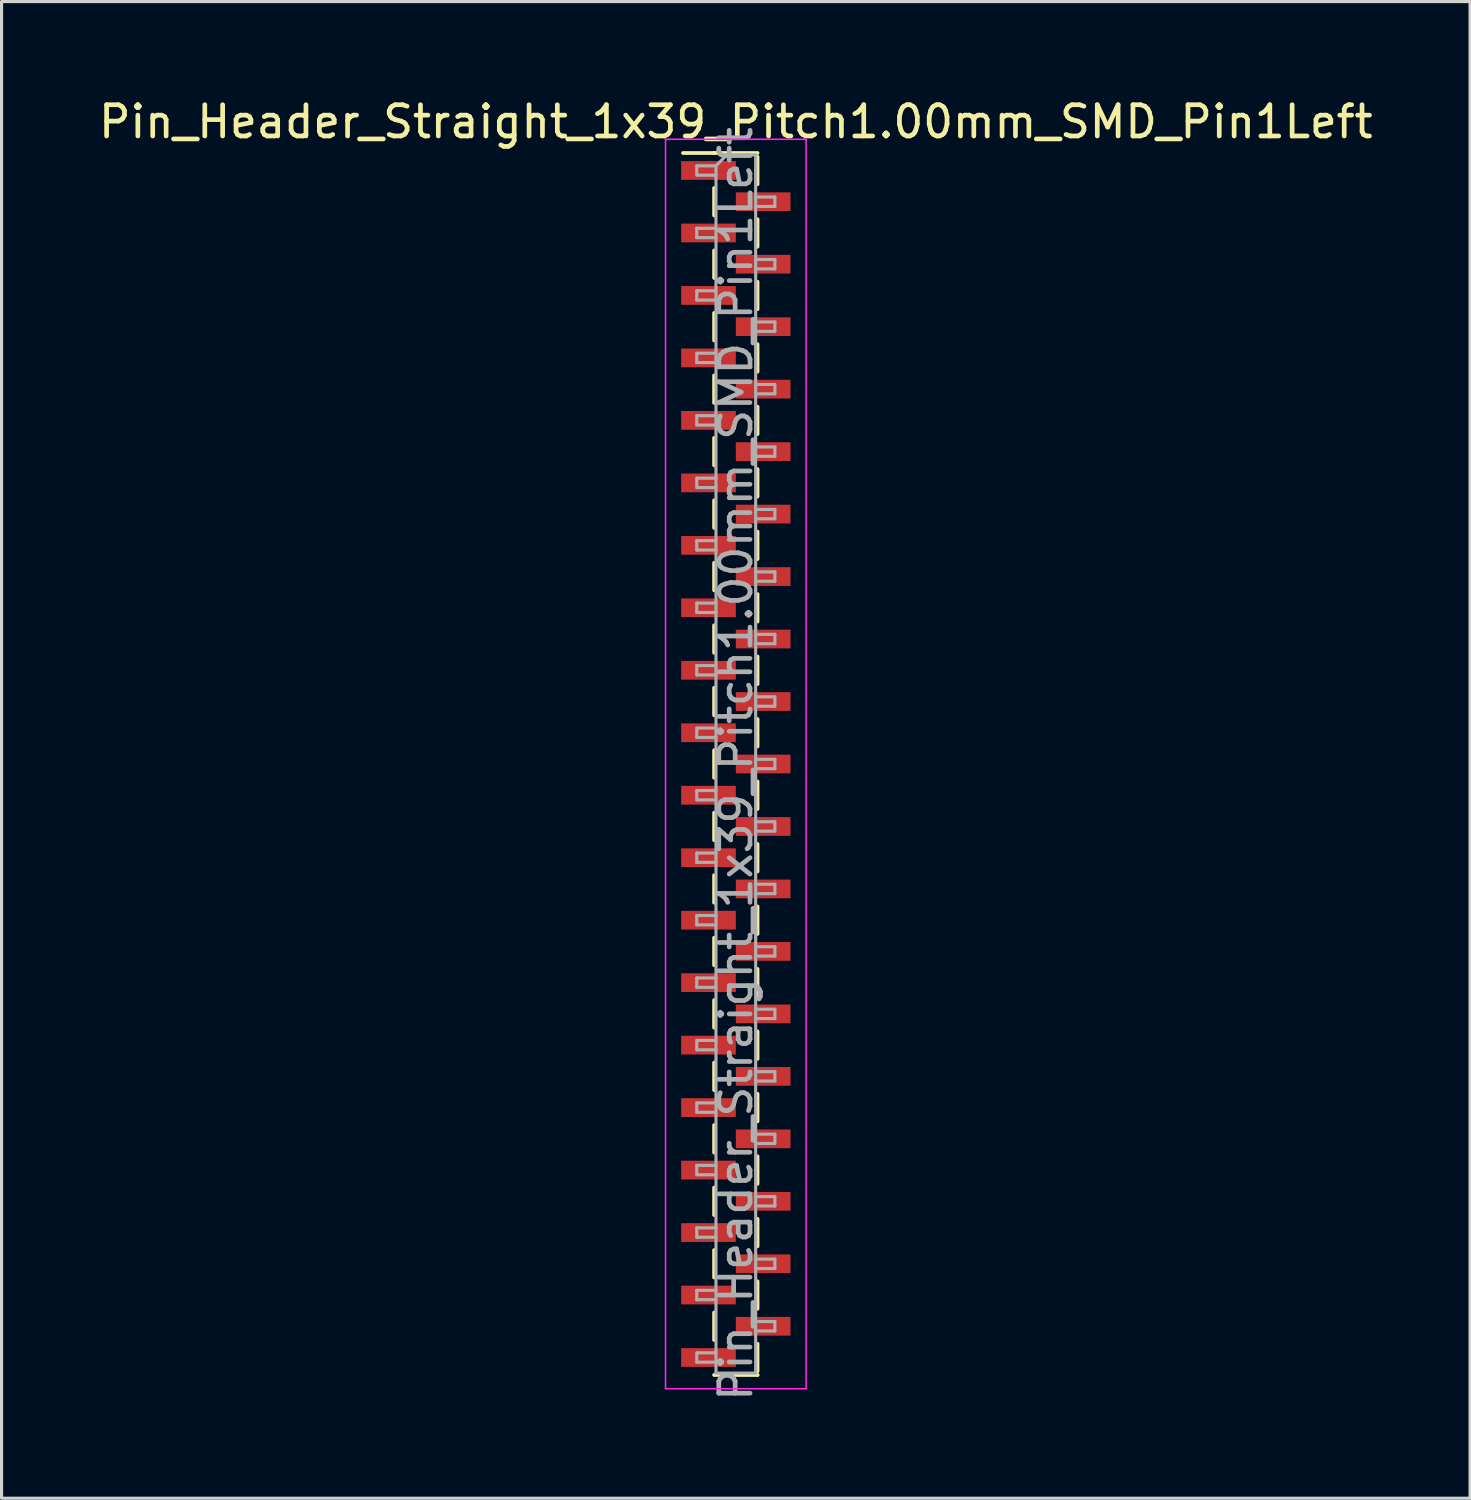
<source format=kicad_pcb>
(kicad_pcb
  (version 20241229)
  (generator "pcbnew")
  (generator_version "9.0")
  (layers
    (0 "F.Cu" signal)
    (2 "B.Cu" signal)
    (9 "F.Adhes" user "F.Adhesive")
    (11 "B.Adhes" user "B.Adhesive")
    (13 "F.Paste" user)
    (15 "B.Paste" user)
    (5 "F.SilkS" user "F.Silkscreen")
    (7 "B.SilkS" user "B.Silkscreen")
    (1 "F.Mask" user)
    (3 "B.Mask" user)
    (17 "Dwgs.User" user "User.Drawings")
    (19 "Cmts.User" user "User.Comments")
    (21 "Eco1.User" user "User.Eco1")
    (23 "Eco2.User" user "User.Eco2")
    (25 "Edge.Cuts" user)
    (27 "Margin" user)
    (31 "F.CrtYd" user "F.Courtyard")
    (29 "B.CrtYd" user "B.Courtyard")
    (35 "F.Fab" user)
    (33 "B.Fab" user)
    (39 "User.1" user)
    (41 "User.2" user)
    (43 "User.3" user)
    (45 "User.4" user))
  (footprint "Pin_Header_Straight_1x39_Pitch1.00mm_SMD_Pin1Left"
    (layer "F.Cu")
    (at 20.506 21.408)
    (property "Reference" "Pin_Header_Straight_1x39_Pitch1.00mm_SMD_Pin1Left" (at 0 -20.56 0) (layer "F.SilkS") (effects (font (size 1 1) (thickness 0.15))))
    (attr smd)
    (fp_line (start -0.695 -19.56) (end -1.69 -19.56) (stroke (width 0.12) (type solid)) (layer "F.SilkS"))
    (fp_line (start -0.695 -19.56) (end -0.695 -19.56) (stroke (width 0.12) (type solid)) (layer "F.SilkS"))
    (fp_line (start -0.695 -19.56) (end 0.695 -19.56) (stroke (width 0.12) (type solid)) (layer "F.SilkS"))
    (fp_line (start -0.695 -18.44) (end -0.695 -17.56) (stroke (width 0.12) (type solid)) (layer "F.SilkS"))
    (fp_line (start -0.695 -16.44) (end -0.695 -15.56) (stroke (width 0.12) (type solid)) (layer "F.SilkS"))
    (fp_line (start -0.695 -14.44) (end -0.695 -13.56) (stroke (width 0.12) (type solid)) (layer "F.SilkS"))
    (fp_line (start -0.695 -12.44) (end -0.695 -11.56) (stroke (width 0.12) (type solid)) (layer "F.SilkS"))
    (fp_line (start -0.695 -10.44) (end -0.695 -9.56) (stroke (width 0.12) (type solid)) (layer "F.SilkS"))
    (fp_line (start -0.695 -8.44) (end -0.695 -7.56) (stroke (width 0.12) (type solid)) (layer "F.SilkS"))
    (fp_line (start -0.695 -6.44) (end -0.695 -5.56) (stroke (width 0.12) (type solid)) (layer "F.SilkS"))
    (fp_line (start -0.695 -4.44) (end -0.695 -3.56) (stroke (width 0.12) (type solid)) (layer "F.SilkS"))
    (fp_line (start -0.695 -2.44) (end -0.695 -1.56) (stroke (width 0.12) (type solid)) (layer "F.SilkS"))
    (fp_line (start -0.695 -0.44) (end -0.695 0.44) (stroke (width 0.12) (type solid)) (layer "F.SilkS"))
    (fp_line (start -0.695 1.56) (end -0.695 2.44) (stroke (width 0.12) (type solid)) (layer "F.SilkS"))
    (fp_line (start -0.695 3.56) (end -0.695 4.44) (stroke (width 0.12) (type solid)) (layer "F.SilkS"))
    (fp_line (start -0.695 5.56) (end -0.695 6.44) (stroke (width 0.12) (type solid)) (layer "F.SilkS"))
    (fp_line (start -0.695 7.56) (end -0.695 8.44) (stroke (width 0.12) (type solid)) (layer "F.SilkS"))
    (fp_line (start -0.695 9.56) (end -0.695 10.44) (stroke (width 0.12) (type solid)) (layer "F.SilkS"))
    (fp_line (start -0.695 11.56) (end -0.695 12.44) (stroke (width 0.12) (type solid)) (layer "F.SilkS"))
    (fp_line (start -0.695 13.56) (end -0.695 14.44) (stroke (width 0.12) (type solid)) (layer "F.SilkS"))
    (fp_line (start -0.695 15.56) (end -0.695 16.44) (stroke (width 0.12) (type solid)) (layer "F.SilkS"))
    (fp_line (start -0.695 17.56) (end -0.695 18.44) (stroke (width 0.12) (type solid)) (layer "F.SilkS"))
    (fp_line (start -0.695 19.56) (end 0.695 19.56) (stroke (width 0.12) (type solid)) (layer "F.SilkS"))
    (fp_line (start 0.695 -19.44) (end 0.695 -18.56) (stroke (width 0.12) (type solid)) (layer "F.SilkS"))
    (fp_line (start 0.695 -17.44) (end 0.695 -16.56) (stroke (width 0.12) (type solid)) (layer "F.SilkS"))
    (fp_line (start 0.695 -15.44) (end 0.695 -14.56) (stroke (width 0.12) (type solid)) (layer "F.SilkS"))
    (fp_line (start 0.695 -13.44) (end 0.695 -12.56) (stroke (width 0.12) (type solid)) (layer "F.SilkS"))
    (fp_line (start 0.695 -11.44) (end 0.695 -10.56) (stroke (width 0.12) (type solid)) (layer "F.SilkS"))
    (fp_line (start 0.695 -9.44) (end 0.695 -8.56) (stroke (width 0.12) (type solid)) (layer "F.SilkS"))
    (fp_line (start 0.695 -7.44) (end 0.695 -6.56) (stroke (width 0.12) (type solid)) (layer "F.SilkS"))
    (fp_line (start 0.695 -5.44) (end 0.695 -4.56) (stroke (width 0.12) (type solid)) (layer "F.SilkS"))
    (fp_line (start 0.695 -3.44) (end 0.695 -2.56) (stroke (width 0.12) (type solid)) (layer "F.SilkS"))
    (fp_line (start 0.695 -1.44) (end 0.695 -0.56) (stroke (width 0.12) (type solid)) (layer "F.SilkS"))
    (fp_line (start 0.695 0.56) (end 0.695 1.44) (stroke (width 0.12) (type solid)) (layer "F.SilkS"))
    (fp_line (start 0.695 2.56) (end 0.695 3.44) (stroke (width 0.12) (type solid)) (layer "F.SilkS"))
    (fp_line (start 0.695 4.56) (end 0.695 5.44) (stroke (width 0.12) (type solid)) (layer "F.SilkS"))
    (fp_line (start 0.695 6.56) (end 0.695 7.44) (stroke (width 0.12) (type solid)) (layer "F.SilkS"))
    (fp_line (start 0.695 8.56) (end 0.695 9.44) (stroke (width 0.12) (type solid)) (layer "F.SilkS"))
    (fp_line (start 0.695 10.56) (end 0.695 11.44) (stroke (width 0.12) (type solid)) (layer "F.SilkS"))
    (fp_line (start 0.695 12.56) (end 0.695 13.44) (stroke (width 0.12) (type solid)) (layer "F.SilkS"))
    (fp_line (start 0.695 14.56) (end 0.695 15.44) (stroke (width 0.12) (type solid)) (layer "F.SilkS"))
    (fp_line (start 0.695 16.56) (end 0.695 17.44) (stroke (width 0.12) (type solid)) (layer "F.SilkS"))
    (fp_line (start 0.695 18.56) (end 0.695 19.44) (stroke (width 0.12) (type solid)) (layer "F.SilkS"))
    (fp_line (start 0.695 19.56) (end 0.695 19.56) (stroke (width 0.12) (type solid)) (layer "F.SilkS"))
    (fp_line (start -2.25 -20) (end -2.25 20) (stroke (width 0.05) (type solid)) (layer "F.CrtYd"))
    (fp_line (start -2.25 20) (end 2.25 20) (stroke (width 0.05) (type solid)) (layer "F.CrtYd"))
    (fp_line (start 2.25 -20) (end -2.25 -20) (stroke (width 0.05) (type solid)) (layer "F.CrtYd"))
    (fp_line (start 2.25 20) (end 2.25 -20) (stroke (width 0.05) (type solid)) (layer "F.CrtYd"))
    (fp_line (start -1.25 -19.15) (end -1.25 -18.85) (stroke (width 0.1) (type solid)) (layer "F.Fab"))
    (fp_line (start -1.25 -18.85) (end -0.635 -18.85) (stroke (width 0.1) (type solid)) (layer "F.Fab"))
    (fp_line (start -1.25 -17.15) (end -1.25 -16.85) (stroke (width 0.1) (type solid)) (layer "F.Fab"))
    (fp_line (start -1.25 -16.85) (end -0.635 -16.85) (stroke (width 0.1) (type solid)) (layer "F.Fab"))
    (fp_line (start -1.25 -15.15) (end -1.25 -14.85) (stroke (width 0.1) (type solid)) (layer "F.Fab"))
    (fp_line (start -1.25 -14.85) (end -0.635 -14.85) (stroke (width 0.1) (type solid)) (layer "F.Fab"))
    (fp_line (start -1.25 -13.15) (end -1.25 -12.85) (stroke (width 0.1) (type solid)) (layer "F.Fab"))
    (fp_line (start -1.25 -12.85) (end -0.635 -12.85) (stroke (width 0.1) (type solid)) (layer "F.Fab"))
    (fp_line (start -1.25 -11.15) (end -1.25 -10.85) (stroke (width 0.1) (type solid)) (layer "F.Fab"))
    (fp_line (start -1.25 -10.85) (end -0.635 -10.85) (stroke (width 0.1) (type solid)) (layer "F.Fab"))
    (fp_line (start -1.25 -9.15) (end -1.25 -8.85) (stroke (width 0.1) (type solid)) (layer "F.Fab"))
    (fp_line (start -1.25 -8.85) (end -0.635 -8.85) (stroke (width 0.1) (type solid)) (layer "F.Fab"))
    (fp_line (start -1.25 -7.15) (end -1.25 -6.85) (stroke (width 0.1) (type solid)) (layer "F.Fab"))
    (fp_line (start -1.25 -6.85) (end -0.635 -6.85) (stroke (width 0.1) (type solid)) (layer "F.Fab"))
    (fp_line (start -1.25 -5.15) (end -1.25 -4.85) (stroke (width 0.1) (type solid)) (layer "F.Fab"))
    (fp_line (start -1.25 -4.85) (end -0.635 -4.85) (stroke (width 0.1) (type solid)) (layer "F.Fab"))
    (fp_line (start -1.25 -3.15) (end -1.25 -2.85) (stroke (width 0.1) (type solid)) (layer "F.Fab"))
    (fp_line (start -1.25 -2.85) (end -0.635 -2.85) (stroke (width 0.1) (type solid)) (layer "F.Fab"))
    (fp_line (start -1.25 -1.15) (end -1.25 -0.85) (stroke (width 0.1) (type solid)) (layer "F.Fab"))
    (fp_line (start -1.25 -0.85) (end -0.635 -0.85) (stroke (width 0.1) (type solid)) (layer "F.Fab"))
    (fp_line (start -1.25 0.85) (end -1.25 1.15) (stroke (width 0.1) (type solid)) (layer "F.Fab"))
    (fp_line (start -1.25 1.15) (end -0.635 1.15) (stroke (width 0.1) (type solid)) (layer "F.Fab"))
    (fp_line (start -1.25 2.85) (end -1.25 3.15) (stroke (width 0.1) (type solid)) (layer "F.Fab"))
    (fp_line (start -1.25 3.15) (end -0.635 3.15) (stroke (width 0.1) (type solid)) (layer "F.Fab"))
    (fp_line (start -1.25 4.85) (end -1.25 5.15) (stroke (width 0.1) (type solid)) (layer "F.Fab"))
    (fp_line (start -1.25 5.15) (end -0.635 5.15) (stroke (width 0.1) (type solid)) (layer "F.Fab"))
    (fp_line (start -1.25 6.85) (end -1.25 7.15) (stroke (width 0.1) (type solid)) (layer "F.Fab"))
    (fp_line (start -1.25 7.15) (end -0.635 7.15) (stroke (width 0.1) (type solid)) (layer "F.Fab"))
    (fp_line (start -1.25 8.85) (end -1.25 9.15) (stroke (width 0.1) (type solid)) (layer "F.Fab"))
    (fp_line (start -1.25 9.15) (end -0.635 9.15) (stroke (width 0.1) (type solid)) (layer "F.Fab"))
    (fp_line (start -1.25 10.85) (end -1.25 11.15) (stroke (width 0.1) (type solid)) (layer "F.Fab"))
    (fp_line (start -1.25 11.15) (end -0.635 11.15) (stroke (width 0.1) (type solid)) (layer "F.Fab"))
    (fp_line (start -1.25 12.85) (end -1.25 13.15) (stroke (width 0.1) (type solid)) (layer "F.Fab"))
    (fp_line (start -1.25 13.15) (end -0.635 13.15) (stroke (width 0.1) (type solid)) (layer "F.Fab"))
    (fp_line (start -1.25 14.85) (end -1.25 15.15) (stroke (width 0.1) (type solid)) (layer "F.Fab"))
    (fp_line (start -1.25 15.15) (end -0.635 15.15) (stroke (width 0.1) (type solid)) (layer "F.Fab"))
    (fp_line (start -1.25 16.85) (end -1.25 17.15) (stroke (width 0.1) (type solid)) (layer "F.Fab"))
    (fp_line (start -1.25 17.15) (end -0.635 17.15) (stroke (width 0.1) (type solid)) (layer "F.Fab"))
    (fp_line (start -1.25 18.85) (end -1.25 19.15) (stroke (width 0.1) (type solid)) (layer "F.Fab"))
    (fp_line (start -1.25 19.15) (end -0.635 19.15) (stroke (width 0.1) (type solid)) (layer "F.Fab"))
    (fp_line (start -0.635 -19.15) (end -1.25 -19.15) (stroke (width 0.1) (type solid)) (layer "F.Fab"))
    (fp_line (start -0.635 -19.15) (end -0.285 -19.5) (stroke (width 0.1) (type solid)) (layer "F.Fab"))
    (fp_line (start -0.635 -17.15) (end -1.25 -17.15) (stroke (width 0.1) (type solid)) (layer "F.Fab"))
    (fp_line (start -0.635 -15.15) (end -1.25 -15.15) (stroke (width 0.1) (type solid)) (layer "F.Fab"))
    (fp_line (start -0.635 -13.15) (end -1.25 -13.15) (stroke (width 0.1) (type solid)) (layer "F.Fab"))
    (fp_line (start -0.635 -11.15) (end -1.25 -11.15) (stroke (width 0.1) (type solid)) (layer "F.Fab"))
    (fp_line (start -0.635 -9.15) (end -1.25 -9.15) (stroke (width 0.1) (type solid)) (layer "F.Fab"))
    (fp_line (start -0.635 -7.15) (end -1.25 -7.15) (stroke (width 0.1) (type solid)) (layer "F.Fab"))
    (fp_line (start -0.635 -5.15) (end -1.25 -5.15) (stroke (width 0.1) (type solid)) (layer "F.Fab"))
    (fp_line (start -0.635 -3.15) (end -1.25 -3.15) (stroke (width 0.1) (type solid)) (layer "F.Fab"))
    (fp_line (start -0.635 -1.15) (end -1.25 -1.15) (stroke (width 0.1) (type solid)) (layer "F.Fab"))
    (fp_line (start -0.635 0.85) (end -1.25 0.85) (stroke (width 0.1) (type solid)) (layer "F.Fab"))
    (fp_line (start -0.635 2.85) (end -1.25 2.85) (stroke (width 0.1) (type solid)) (layer "F.Fab"))
    (fp_line (start -0.635 4.85) (end -1.25 4.85) (stroke (width 0.1) (type solid)) (layer "F.Fab"))
    (fp_line (start -0.635 6.85) (end -1.25 6.85) (stroke (width 0.1) (type solid)) (layer "F.Fab"))
    (fp_line (start -0.635 8.85) (end -1.25 8.85) (stroke (width 0.1) (type solid)) (layer "F.Fab"))
    (fp_line (start -0.635 10.85) (end -1.25 10.85) (stroke (width 0.1) (type solid)) (layer "F.Fab"))
    (fp_line (start -0.635 12.85) (end -1.25 12.85) (stroke (width 0.1) (type solid)) (layer "F.Fab"))
    (fp_line (start -0.635 14.85) (end -1.25 14.85) (stroke (width 0.1) (type solid)) (layer "F.Fab"))
    (fp_line (start -0.635 16.85) (end -1.25 16.85) (stroke (width 0.1) (type solid)) (layer "F.Fab"))
    (fp_line (start -0.635 18.85) (end -1.25 18.85) (stroke (width 0.1) (type solid)) (layer "F.Fab"))
    (fp_line (start -0.635 19.5) (end -0.635 -19.15) (stroke (width 0.1) (type solid)) (layer "F.Fab"))
    (fp_line (start -0.285 -19.5) (end 0.635 -19.5) (stroke (width 0.1) (type solid)) (layer "F.Fab"))
    (fp_line (start 0.635 -19.5) (end 0.635 19.5) (stroke (width 0.1) (type solid)) (layer "F.Fab"))
    (fp_line (start 0.635 -18.15) (end 1.25 -18.15) (stroke (width 0.1) (type solid)) (layer "F.Fab"))
    (fp_line (start 0.635 -16.15) (end 1.25 -16.15) (stroke (width 0.1) (type solid)) (layer "F.Fab"))
    (fp_line (start 0.635 -14.15) (end 1.25 -14.15) (stroke (width 0.1) (type solid)) (layer "F.Fab"))
    (fp_line (start 0.635 -12.15) (end 1.25 -12.15) (stroke (width 0.1) (type solid)) (layer "F.Fab"))
    (fp_line (start 0.635 -10.15) (end 1.25 -10.15) (stroke (width 0.1) (type solid)) (layer "F.Fab"))
    (fp_line (start 0.635 -8.15) (end 1.25 -8.15) (stroke (width 0.1) (type solid)) (layer "F.Fab"))
    (fp_line (start 0.635 -6.15) (end 1.25 -6.15) (stroke (width 0.1) (type solid)) (layer "F.Fab"))
    (fp_line (start 0.635 -4.15) (end 1.25 -4.15) (stroke (width 0.1) (type solid)) (layer "F.Fab"))
    (fp_line (start 0.635 -2.15) (end 1.25 -2.15) (stroke (width 0.1) (type solid)) (layer "F.Fab"))
    (fp_line (start 0.635 -0.15) (end 1.25 -0.15) (stroke (width 0.1) (type solid)) (layer "F.Fab"))
    (fp_line (start 0.635 1.85) (end 1.25 1.85) (stroke (width 0.1) (type solid)) (layer "F.Fab"))
    (fp_line (start 0.635 3.85) (end 1.25 3.85) (stroke (width 0.1) (type solid)) (layer "F.Fab"))
    (fp_line (start 0.635 5.85) (end 1.25 5.85) (stroke (width 0.1) (type solid)) (layer "F.Fab"))
    (fp_line (start 0.635 7.85) (end 1.25 7.85) (stroke (width 0.1) (type solid)) (layer "F.Fab"))
    (fp_line (start 0.635 9.85) (end 1.25 9.85) (stroke (width 0.1) (type solid)) (layer "F.Fab"))
    (fp_line (start 0.635 11.85) (end 1.25 11.85) (stroke (width 0.1) (type solid)) (layer "F.Fab"))
    (fp_line (start 0.635 13.85) (end 1.25 13.85) (stroke (width 0.1) (type solid)) (layer "F.Fab"))
    (fp_line (start 0.635 15.85) (end 1.25 15.85) (stroke (width 0.1) (type solid)) (layer "F.Fab"))
    (fp_line (start 0.635 17.85) (end 1.25 17.85) (stroke (width 0.1) (type solid)) (layer "F.Fab"))
    (fp_line (start 0.635 19.5) (end -0.635 19.5) (stroke (width 0.1) (type solid)) (layer "F.Fab"))
    (fp_line (start 1.25 -18.15) (end 1.25 -17.85) (stroke (width 0.1) (type solid)) (layer "F.Fab"))
    (fp_line (start 1.25 -17.85) (end 0.635 -17.85) (stroke (width 0.1) (type solid)) (layer "F.Fab"))
    (fp_line (start 1.25 -16.15) (end 1.25 -15.85) (stroke (width 0.1) (type solid)) (layer "F.Fab"))
    (fp_line (start 1.25 -15.85) (end 0.635 -15.85) (stroke (width 0.1) (type solid)) (layer "F.Fab"))
    (fp_line (start 1.25 -14.15) (end 1.25 -13.85) (stroke (width 0.1) (type solid)) (layer "F.Fab"))
    (fp_line (start 1.25 -13.85) (end 0.635 -13.85) (stroke (width 0.1) (type solid)) (layer "F.Fab"))
    (fp_line (start 1.25 -12.15) (end 1.25 -11.85) (stroke (width 0.1) (type solid)) (layer "F.Fab"))
    (fp_line (start 1.25 -11.85) (end 0.635 -11.85) (stroke (width 0.1) (type solid)) (layer "F.Fab"))
    (fp_line (start 1.25 -10.15) (end 1.25 -9.85) (stroke (width 0.1) (type solid)) (layer "F.Fab"))
    (fp_line (start 1.25 -9.85) (end 0.635 -9.85) (stroke (width 0.1) (type solid)) (layer "F.Fab"))
    (fp_line (start 1.25 -8.15) (end 1.25 -7.85) (stroke (width 0.1) (type solid)) (layer "F.Fab"))
    (fp_line (start 1.25 -7.85) (end 0.635 -7.85) (stroke (width 0.1) (type solid)) (layer "F.Fab"))
    (fp_line (start 1.25 -6.15) (end 1.25 -5.85) (stroke (width 0.1) (type solid)) (layer "F.Fab"))
    (fp_line (start 1.25 -5.85) (end 0.635 -5.85) (stroke (width 0.1) (type solid)) (layer "F.Fab"))
    (fp_line (start 1.25 -4.15) (end 1.25 -3.85) (stroke (width 0.1) (type solid)) (layer "F.Fab"))
    (fp_line (start 1.25 -3.85) (end 0.635 -3.85) (stroke (width 0.1) (type solid)) (layer "F.Fab"))
    (fp_line (start 1.25 -2.15) (end 1.25 -1.85) (stroke (width 0.1) (type solid)) (layer "F.Fab"))
    (fp_line (start 1.25 -1.85) (end 0.635 -1.85) (stroke (width 0.1) (type solid)) (layer "F.Fab"))
    (fp_line (start 1.25 -0.15) (end 1.25 0.15) (stroke (width 0.1) (type solid)) (layer "F.Fab"))
    (fp_line (start 1.25 0.15) (end 0.635 0.15) (stroke (width 0.1) (type solid)) (layer "F.Fab"))
    (fp_line (start 1.25 1.85) (end 1.25 2.15) (stroke (width 0.1) (type solid)) (layer "F.Fab"))
    (fp_line (start 1.25 2.15) (end 0.635 2.15) (stroke (width 0.1) (type solid)) (layer "F.Fab"))
    (fp_line (start 1.25 3.85) (end 1.25 4.15) (stroke (width 0.1) (type solid)) (layer "F.Fab"))
    (fp_line (start 1.25 4.15) (end 0.635 4.15) (stroke (width 0.1) (type solid)) (layer "F.Fab"))
    (fp_line (start 1.25 5.85) (end 1.25 6.15) (stroke (width 0.1) (type solid)) (layer "F.Fab"))
    (fp_line (start 1.25 6.15) (end 0.635 6.15) (stroke (width 0.1) (type solid)) (layer "F.Fab"))
    (fp_line (start 1.25 7.85) (end 1.25 8.15) (stroke (width 0.1) (type solid)) (layer "F.Fab"))
    (fp_line (start 1.25 8.15) (end 0.635 8.15) (stroke (width 0.1) (type solid)) (layer "F.Fab"))
    (fp_line (start 1.25 9.85) (end 1.25 10.15) (stroke (width 0.1) (type solid)) (layer "F.Fab"))
    (fp_line (start 1.25 10.15) (end 0.635 10.15) (stroke (width 0.1) (type solid)) (layer "F.Fab"))
    (fp_line (start 1.25 11.85) (end 1.25 12.15) (stroke (width 0.1) (type solid)) (layer "F.Fab"))
    (fp_line (start 1.25 12.15) (end 0.635 12.15) (stroke (width 0.1) (type solid)) (layer "F.Fab"))
    (fp_line (start 1.25 13.85) (end 1.25 14.15) (stroke (width 0.1) (type solid)) (layer "F.Fab"))
    (fp_line (start 1.25 14.15) (end 0.635 14.15) (stroke (width 0.1) (type solid)) (layer "F.Fab"))
    (fp_line (start 1.25 15.85) (end 1.25 16.15) (stroke (width 0.1) (type solid)) (layer "F.Fab"))
    (fp_line (start 1.25 16.15) (end 0.635 16.15) (stroke (width 0.1) (type solid)) (layer "F.Fab"))
    (fp_line (start 1.25 17.85) (end 1.25 18.15) (stroke (width 0.1) (type solid)) (layer "F.Fab"))
    (fp_line (start 1.25 18.15) (end 0.635 18.15) (stroke (width 0.1) (type solid)) (layer "F.Fab"))
    (fp_text user "${REFERENCE}" (at 0 0 90) (layer "F.Fab") (effects (font (size 1 1) (thickness 0.15))))
    (pad "1" smd rect (at -0.875 -19) (size 1.75 0.6) (layers "F.Cu" "F.Mask" "F.Paste"))
    (pad "2" smd rect (at 0.875 -18) (size 1.75 0.6) (layers "F.Cu" "F.Mask" "F.Paste"))
    (pad "3" smd rect (at -0.875 -17) (size 1.75 0.6) (layers "F.Cu" "F.Mask" "F.Paste"))
    (pad "4" smd rect (at 0.875 -16) (size 1.75 0.6) (layers "F.Cu" "F.Mask" "F.Paste"))
    (pad "5" smd rect (at -0.875 -15) (size 1.75 0.6) (layers "F.Cu" "F.Mask" "F.Paste"))
    (pad "6" smd rect (at 0.875 -14) (size 1.75 0.6) (layers "F.Cu" "F.Mask" "F.Paste"))
    (pad "7" smd rect (at -0.875 -13) (size 1.75 0.6) (layers "F.Cu" "F.Mask" "F.Paste"))
    (pad "8" smd rect (at 0.875 -12) (size 1.75 0.6) (layers "F.Cu" "F.Mask" "F.Paste"))
    (pad "9" smd rect (at -0.875 -11) (size 1.75 0.6) (layers "F.Cu" "F.Mask" "F.Paste"))
    (pad "10" smd rect (at 0.875 -10) (size 1.75 0.6) (layers "F.Cu" "F.Mask" "F.Paste"))
    (pad "11" smd rect (at -0.875 -9) (size 1.75 0.6) (layers "F.Cu" "F.Mask" "F.Paste"))
    (pad "12" smd rect (at 0.875 -8) (size 1.75 0.6) (layers "F.Cu" "F.Mask" "F.Paste"))
    (pad "13" smd rect (at -0.875 -7) (size 1.75 0.6) (layers "F.Cu" "F.Mask" "F.Paste"))
    (pad "14" smd rect (at 0.875 -6) (size 1.75 0.6) (layers "F.Cu" "F.Mask" "F.Paste"))
    (pad "15" smd rect (at -0.875 -5) (size 1.75 0.6) (layers "F.Cu" "F.Mask" "F.Paste"))
    (pad "16" smd rect (at 0.875 -4) (size 1.75 0.6) (layers "F.Cu" "F.Mask" "F.Paste"))
    (pad "17" smd rect (at -0.875 -3) (size 1.75 0.6) (layers "F.Cu" "F.Mask" "F.Paste"))
    (pad "18" smd rect (at 0.875 -2) (size 1.75 0.6) (layers "F.Cu" "F.Mask" "F.Paste"))
    (pad "19" smd rect (at -0.875 -1) (size 1.75 0.6) (layers "F.Cu" "F.Mask" "F.Paste"))
    (pad "20" smd rect (at 0.875 0) (size 1.75 0.6) (layers "F.Cu" "F.Mask" "F.Paste"))
    (pad "21" smd rect (at -0.875 1) (size 1.75 0.6) (layers "F.Cu" "F.Mask" "F.Paste"))
    (pad "22" smd rect (at 0.875 2) (size 1.75 0.6) (layers "F.Cu" "F.Mask" "F.Paste"))
    (pad "23" smd rect (at -0.875 3) (size 1.75 0.6) (layers "F.Cu" "F.Mask" "F.Paste"))
    (pad "24" smd rect (at 0.875 4) (size 1.75 0.6) (layers "F.Cu" "F.Mask" "F.Paste"))
    (pad "25" smd rect (at -0.875 5) (size 1.75 0.6) (layers "F.Cu" "F.Mask" "F.Paste"))
    (pad "26" smd rect (at 0.875 6) (size 1.75 0.6) (layers "F.Cu" "F.Mask" "F.Paste"))
    (pad "27" smd rect (at -0.875 7) (size 1.75 0.6) (layers "F.Cu" "F.Mask" "F.Paste"))
    (pad "28" smd rect (at 0.875 8) (size 1.75 0.6) (layers "F.Cu" "F.Mask" "F.Paste"))
    (pad "29" smd rect (at -0.875 9) (size 1.75 0.6) (layers "F.Cu" "F.Mask" "F.Paste"))
    (pad "30" smd rect (at 0.875 10) (size 1.75 0.6) (layers "F.Cu" "F.Mask" "F.Paste"))
    (pad "31" smd rect (at -0.875 11) (size 1.75 0.6) (layers "F.Cu" "F.Mask" "F.Paste"))
    (pad "32" smd rect (at 0.875 12) (size 1.75 0.6) (layers "F.Cu" "F.Mask" "F.Paste"))
    (pad "33" smd rect (at -0.875 13) (size 1.75 0.6) (layers "F.Cu" "F.Mask" "F.Paste"))
    (pad "34" smd rect (at 0.875 14) (size 1.75 0.6) (layers "F.Cu" "F.Mask" "F.Paste"))
    (pad "35" smd rect (at -0.875 15) (size 1.75 0.6) (layers "F.Cu" "F.Mask" "F.Paste"))
    (pad "36" smd rect (at 0.875 16) (size 1.75 0.6) (layers "F.Cu" "F.Mask" "F.Paste"))
    (pad "37" smd rect (at -0.875 17) (size 1.75 0.6) (layers "F.Cu" "F.Mask" "F.Paste"))
    (pad "38" smd rect (at 0.875 18) (size 1.75 0.6) (layers "F.Cu" "F.Mask" "F.Paste"))
    (pad "39" smd rect (at -0.875 19) (size 1.75 0.6) (layers "F.Cu" "F.Mask" "F.Paste")))
  (gr_rect
    (start -3 -3)
    (end 44.012 44.914)
    (stroke (width 0.1) (type default))
    (fill no)
    (layer "Edge.Cuts")))
</source>
